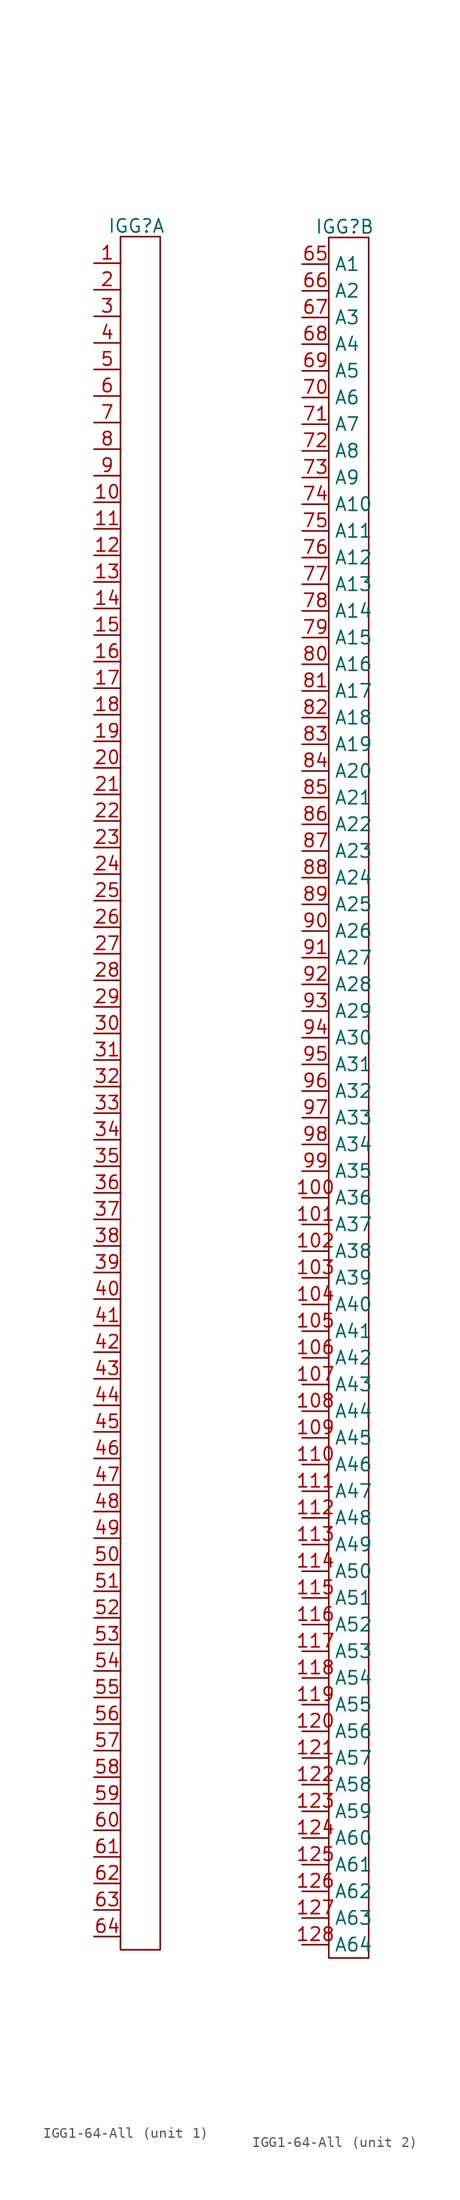
<source format=kicad_sym>
(kicad_symbol_lib
  (version 20231120)
  (generator "kicad_symbol_editor")
  (generator_version "8.0")
  (symbol "IGG1-64-All"
    (property "Reference" "IGG"
      (at 1.524 11.176 0)
      (effects (font (size 1.27 1.27))))
    (property "Value" ""
      (at 0 0 0)
      (effects (font (size 1.27 1.27))))
    (symbol "IGG1-64-All_0_1"
      (rectangle (start 0 10.16) (end 3.81 -153.67) (stroke (width 0) (type default)) (fill (type none))))
    (symbol "IGG1-64-All_1_1"
      (pin input line (at -2.54 7.62 0) (length 2.54) (name "" (effects (font (size 1.27 1.27)))) (number "1" (effects (font (size 1.27 1.27)))))
      (pin input line (at -2.54 -15.24 0) (length 2.54) (name "" (effects (font (size 1.27 1.27)))) (number "10" (effects (font (size 1.27 1.27)))))
      (pin input line (at -2.54 -17.78 0) (length 2.54) (name "" (effects (font (size 1.27 1.27)))) (number "11" (effects (font (size 1.27 1.27)))))
      (pin input line (at -2.54 -20.32 0) (length 2.54) (name "" (effects (font (size 1.27 1.27)))) (number "12" (effects (font (size 1.27 1.27)))))
      (pin input line (at -2.54 -22.86 0) (length 2.54) (name "" (effects (font (size 1.27 1.27)))) (number "13" (effects (font (size 1.27 1.27)))))
      (pin input line (at -2.54 -25.4 0) (length 2.54) (name "" (effects (font (size 1.27 1.27)))) (number "14" (effects (font (size 1.27 1.27)))))
      (pin input line (at -2.54 -27.94 0) (length 2.54) (name "" (effects (font (size 1.27 1.27)))) (number "15" (effects (font (size 1.27 1.27)))))
      (pin input line (at -2.54 -30.48 0) (length 2.54) (name "" (effects (font (size 1.27 1.27)))) (number "16" (effects (font (size 1.27 1.27)))))
      (pin input line (at -2.54 -33.02 0) (length 2.54) (name "" (effects (font (size 1.27 1.27)))) (number "17" (effects (font (size 1.27 1.27)))))
      (pin input line (at -2.54 -35.56 0) (length 2.54) (name "" (effects (font (size 1.27 1.27)))) (number "18" (effects (font (size 1.27 1.27)))))
      (pin input line (at -2.54 -38.1 0) (length 2.54) (name "" (effects (font (size 1.27 1.27)))) (number "19" (effects (font (size 1.27 1.27)))))
      (pin input line (at -2.54 5.08 0) (length 2.54) (name "" (effects (font (size 1.27 1.27)))) (number "2" (effects (font (size 1.27 1.27)))))
      (pin input line (at -2.54 -40.64 0) (length 2.54) (name "" (effects (font (size 1.27 1.27)))) (number "20" (effects (font (size 1.27 1.27)))))
      (pin input line (at -2.54 -43.18 0) (length 2.54) (name "" (effects (font (size 1.27 1.27)))) (number "21" (effects (font (size 1.27 1.27)))))
      (pin input line (at -2.54 -45.72 0) (length 2.54) (name "" (effects (font (size 1.27 1.27)))) (number "22" (effects (font (size 1.27 1.27)))))
      (pin input line (at -2.54 -48.26 0) (length 2.54) (name "" (effects (font (size 1.27 1.27)))) (number "23" (effects (font (size 1.27 1.27)))))
      (pin input line (at -2.54 -50.8 0) (length 2.54) (name "" (effects (font (size 1.27 1.27)))) (number "24" (effects (font (size 1.27 1.27)))))
      (pin input line (at -2.54 -53.34 0) (length 2.54) (name "" (effects (font (size 1.27 1.27)))) (number "25" (effects (font (size 1.27 1.27)))))
      (pin input line (at -2.54 -55.88 0) (length 2.54) (name "" (effects (font (size 1.27 1.27)))) (number "26" (effects (font (size 1.27 1.27)))))
      (pin input line (at -2.54 -58.42 0) (length 2.54) (name "" (effects (font (size 1.27 1.27)))) (number "27" (effects (font (size 1.27 1.27)))))
      (pin input line (at -2.54 -60.96 0) (length 2.54) (name "" (effects (font (size 1.27 1.27)))) (number "28" (effects (font (size 1.27 1.27)))))
      (pin input line (at -2.54 -63.5 0) (length 2.54) (name "" (effects (font (size 1.27 1.27)))) (number "29" (effects (font (size 1.27 1.27)))))
      (pin input line (at -2.54 2.54 0) (length 2.54) (name "" (effects (font (size 1.27 1.27)))) (number "3" (effects (font (size 1.27 1.27)))))
      (pin input line (at -2.54 -66.04 0) (length 2.54) (name "" (effects (font (size 1.27 1.27)))) (number "30" (effects (font (size 1.27 1.27)))))
      (pin input line (at -2.54 -68.58 0) (length 2.54) (name "" (effects (font (size 1.27 1.27)))) (number "31" (effects (font (size 1.27 1.27)))))
      (pin input line (at -2.54 -71.12 0) (length 2.54) (name "" (effects (font (size 1.27 1.27)))) (number "32" (effects (font (size 1.27 1.27)))))
      (pin input line (at -2.54 -73.66 0) (length 2.54) (name "" (effects (font (size 1.27 1.27)))) (number "33" (effects (font (size 1.27 1.27)))))
      (pin input line (at -2.54 -76.2 0) (length 2.54) (name "" (effects (font (size 1.27 1.27)))) (number "34" (effects (font (size 1.27 1.27)))))
      (pin input line (at -2.54 -78.74 0) (length 2.54) (name "" (effects (font (size 1.27 1.27)))) (number "35" (effects (font (size 1.27 1.27)))))
      (pin input line (at -2.54 -81.28 0) (length 2.54) (name "" (effects (font (size 1.27 1.27)))) (number "36" (effects (font (size 1.27 1.27)))))
      (pin input line (at -2.54 -83.82 0) (length 2.54) (name "" (effects (font (size 1.27 1.27)))) (number "37" (effects (font (size 1.27 1.27)))))
      (pin input line (at -2.54 -86.36 0) (length 2.54) (name "" (effects (font (size 1.27 1.27)))) (number "38" (effects (font (size 1.27 1.27)))))
      (pin input line (at -2.54 -88.9 0) (length 2.54) (name "" (effects (font (size 1.27 1.27)))) (number "39" (effects (font (size 1.27 1.27)))))
      (pin input line (at -2.54 0 0) (length 2.54) (name "" (effects (font (size 1.27 1.27)))) (number "4" (effects (font (size 1.27 1.27)))))
      (pin input line (at -2.54 -91.44 0) (length 2.54) (name "" (effects (font (size 1.27 1.27)))) (number "40" (effects (font (size 1.27 1.27)))))
      (pin input line (at -2.54 -93.98 0) (length 2.54) (name "" (effects (font (size 1.27 1.27)))) (number "41" (effects (font (size 1.27 1.27)))))
      (pin input line (at -2.54 -96.52 0) (length 2.54) (name "" (effects (font (size 1.27 1.27)))) (number "42" (effects (font (size 1.27 1.27)))))
      (pin input line (at -2.54 -99.06 0) (length 2.54) (name "" (effects (font (size 1.27 1.27)))) (number "43" (effects (font (size 1.27 1.27)))))
      (pin input line (at -2.54 -101.6 0) (length 2.54) (name "" (effects (font (size 1.27 1.27)))) (number "44" (effects (font (size 1.27 1.27)))))
      (pin input line (at -2.54 -104.14 0) (length 2.54) (name "" (effects (font (size 1.27 1.27)))) (number "45" (effects (font (size 1.27 1.27)))))
      (pin input line (at -2.54 -106.68 0) (length 2.54) (name "" (effects (font (size 1.27 1.27)))) (number "46" (effects (font (size 1.27 1.27)))))
      (pin input line (at -2.54 -109.22 0) (length 2.54) (name "" (effects (font (size 1.27 1.27)))) (number "47" (effects (font (size 1.27 1.27)))))
      (pin input line (at -2.54 -111.76 0) (length 2.54) (name "" (effects (font (size 1.27 1.27)))) (number "48" (effects (font (size 1.27 1.27)))))
      (pin input line (at -2.54 -114.3 0) (length 2.54) (name "" (effects (font (size 1.27 1.27)))) (number "49" (effects (font (size 1.27 1.27)))))
      (pin input line (at -2.54 -2.54 0) (length 2.54) (name "" (effects (font (size 1.27 1.27)))) (number "5" (effects (font (size 1.27 1.27)))))
      (pin input line (at -2.54 -116.84 0) (length 2.54) (name "" (effects (font (size 1.27 1.27)))) (number "50" (effects (font (size 1.27 1.27)))))
      (pin input line (at -2.54 -119.38 0) (length 2.54) (name "" (effects (font (size 1.27 1.27)))) (number "51" (effects (font (size 1.27 1.27)))))
      (pin input line (at -2.54 -121.92 0) (length 2.54) (name "" (effects (font (size 1.27 1.27)))) (number "52" (effects (font (size 1.27 1.27)))))
      (pin input line (at -2.54 -124.46 0) (length 2.54) (name "" (effects (font (size 1.27 1.27)))) (number "53" (effects (font (size 1.27 1.27)))))
      (pin input line (at -2.54 -127 0) (length 2.54) (name "" (effects (font (size 1.27 1.27)))) (number "54" (effects (font (size 1.27 1.27)))))
      (pin input line (at -2.54 -129.54 0) (length 2.54) (name "" (effects (font (size 1.27 1.27)))) (number "55" (effects (font (size 1.27 1.27)))))
      (pin input line (at -2.54 -132.08 0) (length 2.54) (name "" (effects (font (size 1.27 1.27)))) (number "56" (effects (font (size 1.27 1.27)))))
      (pin input line (at -2.54 -134.62 0) (length 2.54) (name "" (effects (font (size 1.27 1.27)))) (number "57" (effects (font (size 1.27 1.27)))))
      (pin input line (at -2.54 -137.16 0) (length 2.54) (name "" (effects (font (size 1.27 1.27)))) (number "58" (effects (font (size 1.27 1.27)))))
      (pin input line (at -2.54 -139.7 0) (length 2.54) (name "" (effects (font (size 1.27 1.27)))) (number "59" (effects (font (size 1.27 1.27)))))
      (pin input line (at -2.54 -5.08 0) (length 2.54) (name "" (effects (font (size 1.27 1.27)))) (number "6" (effects (font (size 1.27 1.27)))))
      (pin input line (at -2.54 -142.24 0) (length 2.54) (name "" (effects (font (size 1.27 1.27)))) (number "60" (effects (font (size 1.27 1.27)))))
      (pin input line (at -2.54 -144.78 0) (length 2.54) (name "" (effects (font (size 1.27 1.27)))) (number "61" (effects (font (size 1.27 1.27)))))
      (pin input line (at -2.54 -147.32 0) (length 2.54) (name "" (effects (font (size 1.27 1.27)))) (number "62" (effects (font (size 1.27 1.27)))))
      (pin input line (at -2.54 -149.86 0) (length 2.54) (name "" (effects (font (size 1.27 1.27)))) (number "63" (effects (font (size 1.27 1.27)))))
      (pin input line (at -2.54 -152.4 0) (length 2.54) (name "" (effects (font (size 1.27 1.27)))) (number "64" (effects (font (size 1.27 1.27)))))
      (pin input line (at -2.54 -7.62 0) (length 2.54) (name "" (effects (font (size 1.27 1.27)))) (number "7" (effects (font (size 1.27 1.27)))))
      (pin input line (at -2.54 -10.16 0) (length 2.54) (name "" (effects (font (size 1.27 1.27)))) (number "8" (effects (font (size 1.27 1.27)))))
      (pin input line (at -2.54 -12.7 0) (length 2.54) (name "" (effects (font (size 1.27 1.27)))) (number "9" (effects (font (size 1.27 1.27))))))
    (symbol "IGG1-64-All_2_1"
      (pin input line (at -2.54 -81.28 0) (length 2.54) (name "A36" (effects (font (size 1.27 1.27)))) (number "100" (effects (font (size 1.27 1.27)))))
      (pin input line (at -2.54 -83.82 0) (length 2.54) (name "A37" (effects (font (size 1.27 1.27)))) (number "101" (effects (font (size 1.27 1.27)))))
      (pin input line (at -2.54 -86.36 0) (length 2.54) (name "A38" (effects (font (size 1.27 1.27)))) (number "102" (effects (font (size 1.27 1.27)))))
      (pin input line (at -2.54 -88.9 0) (length 2.54) (name "A39" (effects (font (size 1.27 1.27)))) (number "103" (effects (font (size 1.27 1.27)))))
      (pin input line (at -2.54 -91.44 0) (length 2.54) (name "A40" (effects (font (size 1.27 1.27)))) (number "104" (effects (font (size 1.27 1.27)))))
      (pin input line (at -2.54 -93.98 0) (length 2.54) (name "A41" (effects (font (size 1.27 1.27)))) (number "105" (effects (font (size 1.27 1.27)))))
      (pin input line (at -2.54 -96.52 0) (length 2.54) (name "A42" (effects (font (size 1.27 1.27)))) (number "106" (effects (font (size 1.27 1.27)))))
      (pin input line (at -2.54 -99.06 0) (length 2.54) (name "A43" (effects (font (size 1.27 1.27)))) (number "107" (effects (font (size 1.27 1.27)))))
      (pin input line (at -2.54 -101.6 0) (length 2.54) (name "A44" (effects (font (size 1.27 1.27)))) (number "108" (effects (font (size 1.27 1.27)))))
      (pin input line (at -2.54 -104.14 0) (length 2.54) (name "A45" (effects (font (size 1.27 1.27)))) (number "109" (effects (font (size 1.27 1.27)))))
      (pin input line (at -2.54 -106.68 0) (length 2.54) (name "A46" (effects (font (size 1.27 1.27)))) (number "110" (effects (font (size 1.27 1.27)))))
      (pin input line (at -2.54 -109.22 0) (length 2.54) (name "A47" (effects (font (size 1.27 1.27)))) (number "111" (effects (font (size 1.27 1.27)))))
      (pin input line (at -2.54 -111.76 0) (length 2.54) (name "A48" (effects (font (size 1.27 1.27)))) (number "112" (effects (font (size 1.27 1.27)))))
      (pin input line (at -2.54 -114.3 0) (length 2.54) (name "A49" (effects (font (size 1.27 1.27)))) (number "113" (effects (font (size 1.27 1.27)))))
      (pin input line (at -2.54 -116.84 0) (length 2.54) (name "A50" (effects (font (size 1.27 1.27)))) (number "114" (effects (font (size 1.27 1.27)))))
      (pin input line (at -2.54 -119.38 0) (length 2.54) (name "A51" (effects (font (size 1.27 1.27)))) (number "115" (effects (font (size 1.27 1.27)))))
      (pin input line (at -2.54 -121.92 0) (length 2.54) (name "A52" (effects (font (size 1.27 1.27)))) (number "116" (effects (font (size 1.27 1.27)))))
      (pin input line (at -2.54 -124.46 0) (length 2.54) (name "A53" (effects (font (size 1.27 1.27)))) (number "117" (effects (font (size 1.27 1.27)))))
      (pin input line (at -2.54 -127 0) (length 2.54) (name "A54" (effects (font (size 1.27 1.27)))) (number "118" (effects (font (size 1.27 1.27)))))
      (pin input line (at -2.54 -129.54 0) (length 2.54) (name "A55" (effects (font (size 1.27 1.27)))) (number "119" (effects (font (size 1.27 1.27)))))
      (pin input line (at -2.54 -132.08 0) (length 2.54) (name "A56" (effects (font (size 1.27 1.27)))) (number "120" (effects (font (size 1.27 1.27)))))
      (pin input line (at -2.54 -134.62 0) (length 2.54) (name "A57" (effects (font (size 1.27 1.27)))) (number "121" (effects (font (size 1.27 1.27)))))
      (pin input line (at -2.54 -137.16 0) (length 2.54) (name "A58" (effects (font (size 1.27 1.27)))) (number "122" (effects (font (size 1.27 1.27)))))
      (pin input line (at -2.54 -139.7 0) (length 2.54) (name "A59" (effects (font (size 1.27 1.27)))) (number "123" (effects (font (size 1.27 1.27)))))
      (pin input line (at -2.54 -142.24 0) (length 2.54) (name "A60" (effects (font (size 1.27 1.27)))) (number "124" (effects (font (size 1.27 1.27)))))
      (pin input line (at -2.54 -144.78 0) (length 2.54) (name "A61" (effects (font (size 1.27 1.27)))) (number "125" (effects (font (size 1.27 1.27)))))
      (pin input line (at -2.54 -147.32 0) (length 2.54) (name "A62" (effects (font (size 1.27 1.27)))) (number "126" (effects (font (size 1.27 1.27)))))
      (pin input line (at -2.54 -149.86 0) (length 2.54) (name "A63" (effects (font (size 1.27 1.27)))) (number "127" (effects (font (size 1.27 1.27)))))
      (pin input line (at -2.54 -152.4 0) (length 2.54) (name "A64" (effects (font (size 1.27 1.27)))) (number "128" (effects (font (size 1.27 1.27)))))
      (pin input line (at -2.54 7.62 0) (length 2.54) (name "A1" (effects (font (size 1.27 1.27)))) (number "65" (effects (font (size 1.27 1.27)))))
      (pin input line (at -2.54 5.08 0) (length 2.54) (name "A2" (effects (font (size 1.27 1.27)))) (number "66" (effects (font (size 1.27 1.27)))))
      (pin input line (at -2.54 2.54 0) (length 2.54) (name "A3" (effects (font (size 1.27 1.27)))) (number "67" (effects (font (size 1.27 1.27)))))
      (pin input line (at -2.54 0 0) (length 2.54) (name "A4" (effects (font (size 1.27 1.27)))) (number "68" (effects (font (size 1.27 1.27)))))
      (pin input line (at -2.54 -2.54 0) (length 2.54) (name "A5" (effects (font (size 1.27 1.27)))) (number "69" (effects (font (size 1.27 1.27)))))
      (pin input line (at -2.54 -5.08 0) (length 2.54) (name "A6" (effects (font (size 1.27 1.27)))) (number "70" (effects (font (size 1.27 1.27)))))
      (pin input line (at -2.54 -7.62 0) (length 2.54) (name "A7" (effects (font (size 1.27 1.27)))) (number "71" (effects (font (size 1.27 1.27)))))
      (pin input line (at -2.54 -10.16 0) (length 2.54) (name "A8" (effects (font (size 1.27 1.27)))) (number "72" (effects (font (size 1.27 1.27)))))
      (pin input line (at -2.54 -12.7 0) (length 2.54) (name "A9" (effects (font (size 1.27 1.27)))) (number "73" (effects (font (size 1.27 1.27)))))
      (pin input line (at -2.54 -15.24 0) (length 2.54) (name "A10" (effects (font (size 1.27 1.27)))) (number "74" (effects (font (size 1.27 1.27)))))
      (pin input line (at -2.54 -17.78 0) (length 2.54) (name "A11" (effects (font (size 1.27 1.27)))) (number "75" (effects (font (size 1.27 1.27)))))
      (pin input line (at -2.54 -20.32 0) (length 2.54) (name "A12" (effects (font (size 1.27 1.27)))) (number "76" (effects (font (size 1.27 1.27)))))
      (pin input line (at -2.54 -22.86 0) (length 2.54) (name "A13" (effects (font (size 1.27 1.27)))) (number "77" (effects (font (size 1.27 1.27)))))
      (pin input line (at -2.54 -25.4 0) (length 2.54) (name "A14" (effects (font (size 1.27 1.27)))) (number "78" (effects (font (size 1.27 1.27)))))
      (pin input line (at -2.54 -27.94 0) (length 2.54) (name "A15" (effects (font (size 1.27 1.27)))) (number "79" (effects (font (size 1.27 1.27)))))
      (pin input line (at -2.54 -30.48 0) (length 2.54) (name "A16" (effects (font (size 1.27 1.27)))) (number "80" (effects (font (size 1.27 1.27)))))
      (pin input line (at -2.54 -33.02 0) (length 2.54) (name "A17" (effects (font (size 1.27 1.27)))) (number "81" (effects (font (size 1.27 1.27)))))
      (pin input line (at -2.54 -35.56 0) (length 2.54) (name "A18" (effects (font (size 1.27 1.27)))) (number "82" (effects (font (size 1.27 1.27)))))
      (pin input line (at -2.54 -38.1 0) (length 2.54) (name "A19" (effects (font (size 1.27 1.27)))) (number "83" (effects (font (size 1.27 1.27)))))
      (pin input line (at -2.54 -40.64 0) (length 2.54) (name "A20" (effects (font (size 1.27 1.27)))) (number "84" (effects (font (size 1.27 1.27)))))
      (pin input line (at -2.54 -43.18 0) (length 2.54) (name "A21" (effects (font (size 1.27 1.27)))) (number "85" (effects (font (size 1.27 1.27)))))
      (pin input line (at -2.54 -45.72 0) (length 2.54) (name "A22" (effects (font (size 1.27 1.27)))) (number "86" (effects (font (size 1.27 1.27)))))
      (pin input line (at -2.54 -48.26 0) (length 2.54) (name "A23" (effects (font (size 1.27 1.27)))) (number "87" (effects (font (size 1.27 1.27)))))
      (pin input line (at -2.54 -50.8 0) (length 2.54) (name "A24" (effects (font (size 1.27 1.27)))) (number "88" (effects (font (size 1.27 1.27)))))
      (pin input line (at -2.54 -53.34 0) (length 2.54) (name "A25" (effects (font (size 1.27 1.27)))) (number "89" (effects (font (size 1.27 1.27)))))
      (pin input line (at -2.54 -55.88 0) (length 2.54) (name "A26" (effects (font (size 1.27 1.27)))) (number "90" (effects (font (size 1.27 1.27)))))
      (pin input line (at -2.54 -58.42 0) (length 2.54) (name "A27" (effects (font (size 1.27 1.27)))) (number "91" (effects (font (size 1.27 1.27)))))
      (pin input line (at -2.54 -60.96 0) (length 2.54) (name "A28" (effects (font (size 1.27 1.27)))) (number "92" (effects (font (size 1.27 1.27)))))
      (pin input line (at -2.54 -63.5 0) (length 2.54) (name "A29" (effects (font (size 1.27 1.27)))) (number "93" (effects (font (size 1.27 1.27)))))
      (pin input line (at -2.54 -66.04 0) (length 2.54) (name "A30" (effects (font (size 1.27 1.27)))) (number "94" (effects (font (size 1.27 1.27)))))
      (pin input line (at -2.54 -68.58 0) (length 2.54) (name "A31" (effects (font (size 1.27 1.27)))) (number "95" (effects (font (size 1.27 1.27)))))
      (pin input line (at -2.54 -71.12 0) (length 2.54) (name "A32" (effects (font (size 1.27 1.27)))) (number "96" (effects (font (size 1.27 1.27)))))
      (pin input line (at -2.54 -73.66 0) (length 2.54) (name "A33" (effects (font (size 1.27 1.27)))) (number "97" (effects (font (size 1.27 1.27)))))
      (pin input line (at -2.54 -76.2 0) (length 2.54) (name "A34" (effects (font (size 1.27 1.27)))) (number "98" (effects (font (size 1.27 1.27)))))
      (pin input line (at -2.54 -78.74 0) (length 2.54) (name "A35" (effects (font (size 1.27 1.27)))) (number "99" (effects (font (size 1.27 1.27))))))))
</source>
